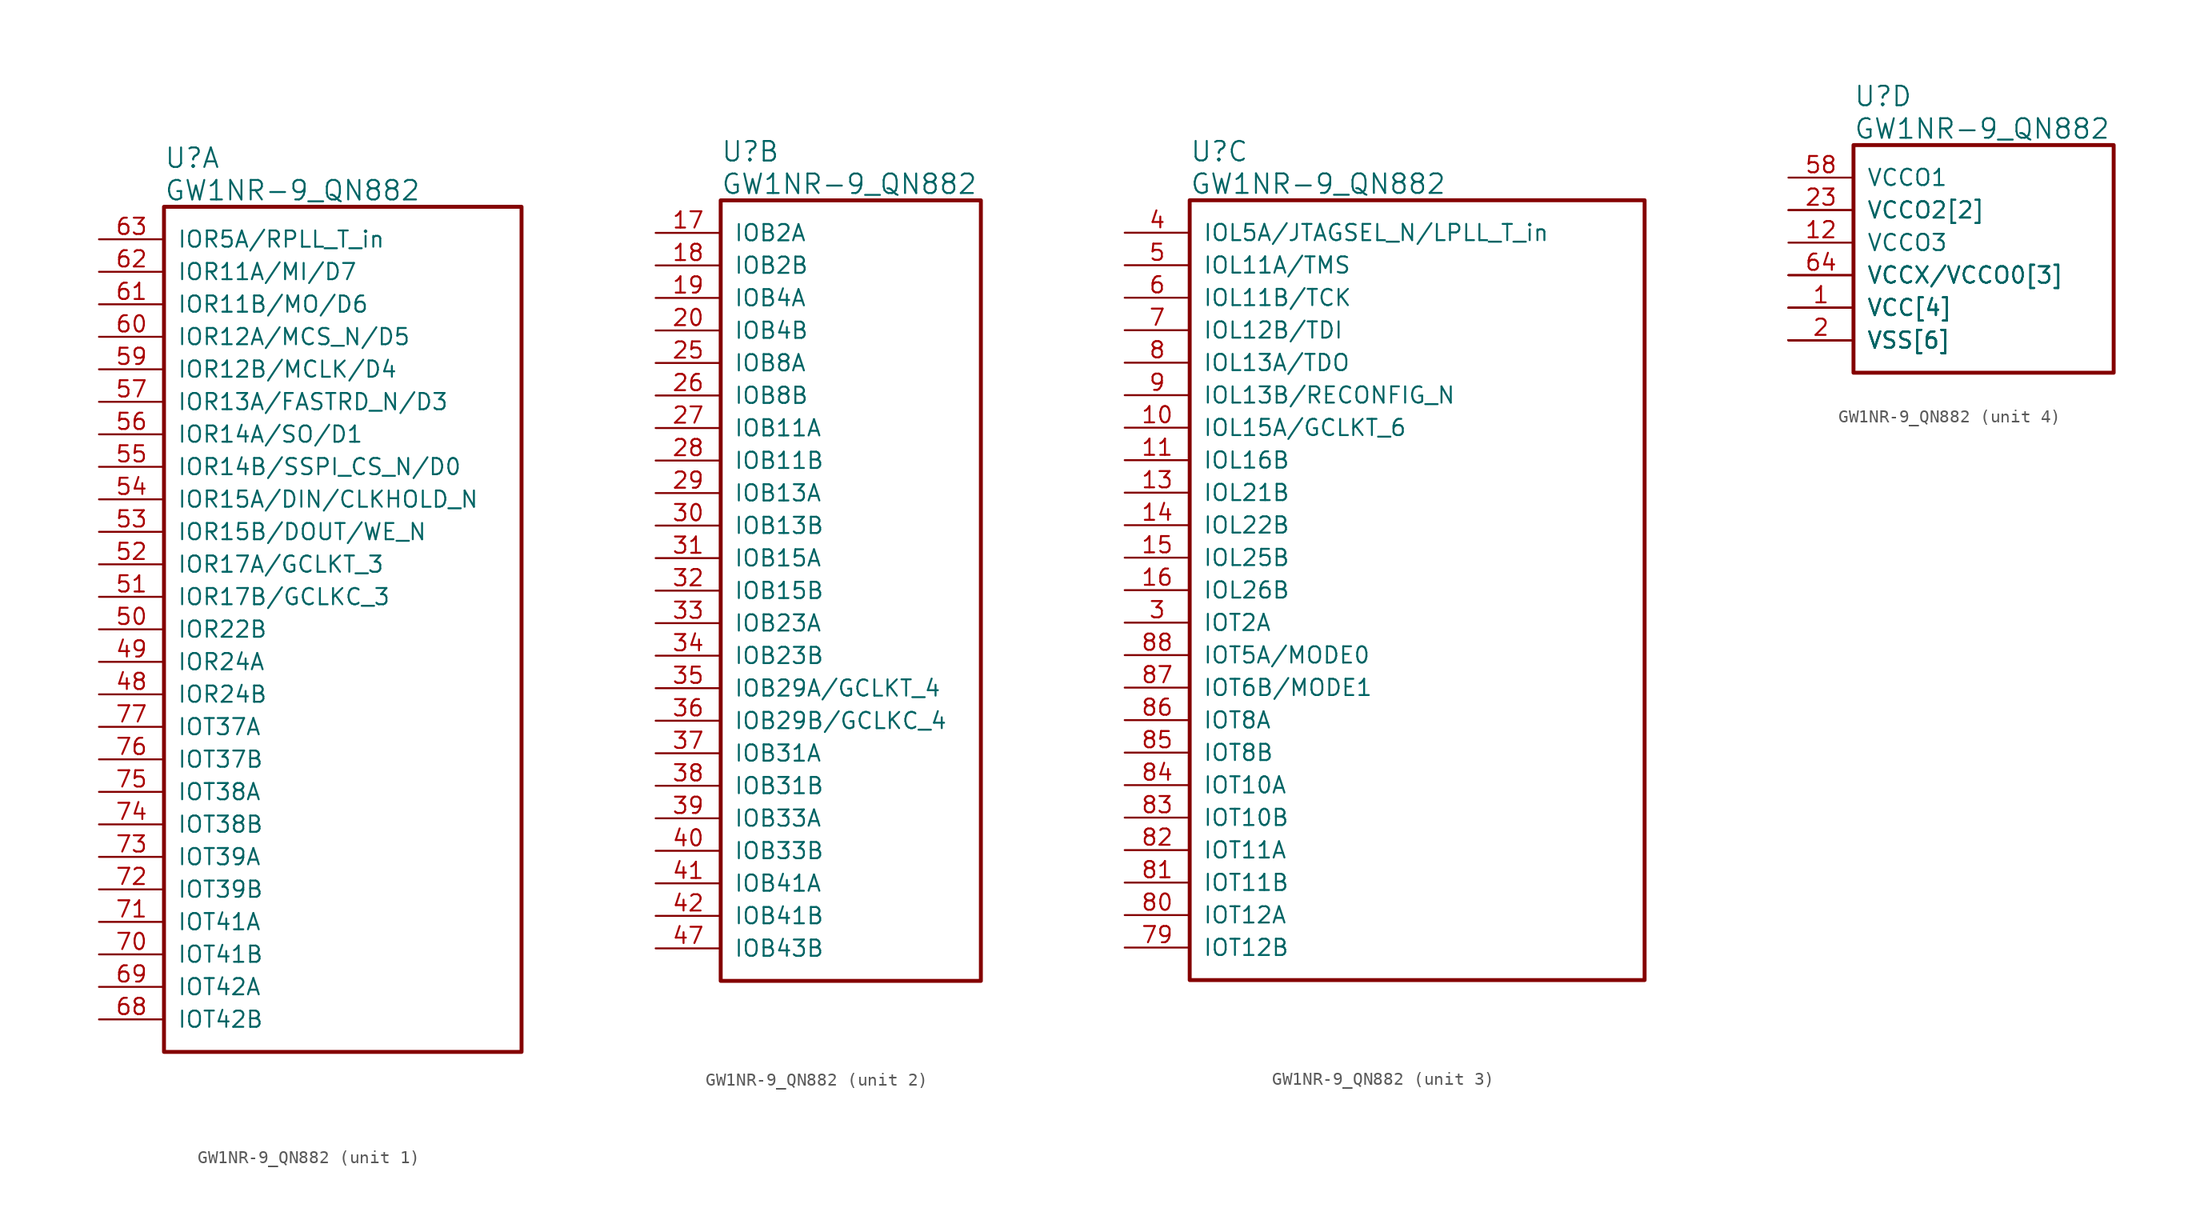
<source format=kicad_sym>
(kicad_symbol_lib
  (version 20211014)
  (generator kicad_symbol_editor)
  (symbol "GW1NR-9_QN882"
    (pin_names
      (offset 1.016))
    (property "Reference" "U"
      (at 5.08 6.35 0)
      (effects (font (size 1.524 1.524)) (justify left)))
    (property "Value" "GW1NR-9_QN882"
      (at 5.08 3.81 0)
      (effects (font (size 1.524 1.524)) (justify left)))
    (property "ki_locked" ""
      (at 0 0 0)
      (effects (font (size 1.27 1.27))))
    (symbol "GW1NR-9_QN882_1_1"
      (rectangle (start 5.08 2.54) (end 33.02 -63.5) (stroke (width 0.305) (type default) (color 0 0 0 0)) (fill (type none)))
      (pin bidirectional line (at 0 -35.56 0) (length 5.08) (name "IOR24B" (effects (font (size 1.27 1.27)))) (number "48" (effects (font (size 1.27 1.27)))))
      (pin bidirectional line (at 0 -33.02 0) (length 5.08) (name "IOR24A" (effects (font (size 1.27 1.27)))) (number "49" (effects (font (size 1.27 1.27)))))
      (pin bidirectional line (at 0 -30.48 0) (length 5.08) (name "IOR22B" (effects (font (size 1.27 1.27)))) (number "50" (effects (font (size 1.27 1.27)))))
      (pin bidirectional line (at 0 -27.94 0) (length 5.08) (name "IOR17B/GCLKC_3" (effects (font (size 1.27 1.27)))) (number "51" (effects (font (size 1.27 1.27)))))
      (pin bidirectional line (at 0 -25.4 0) (length 5.08) (name "IOR17A/GCLKT_3" (effects (font (size 1.27 1.27)))) (number "52" (effects (font (size 1.27 1.27)))))
      (pin bidirectional line (at 0 -22.86 0) (length 5.08) (name "IOR15B/DOUT/WE_N" (effects (font (size 1.27 1.27)))) (number "53" (effects (font (size 1.27 1.27)))))
      (pin bidirectional line (at 0 -20.32 0) (length 5.08) (name "IOR15A/DIN/CLKHOLD_N" (effects (font (size 1.27 1.27)))) (number "54" (effects (font (size 1.27 1.27)))))
      (pin bidirectional line (at 0 -17.78 0) (length 5.08) (name "IOR14B/SSPI_CS_N/D0" (effects (font (size 1.27 1.27)))) (number "55" (effects (font (size 1.27 1.27)))))
      (pin bidirectional line (at 0 -15.24 0) (length 5.08) (name "IOR14A/SO/D1" (effects (font (size 1.27 1.27)))) (number "56" (effects (font (size 1.27 1.27)))))
      (pin bidirectional line (at 0 -12.7 0) (length 5.08) (name "IOR13A/FASTRD_N/D3" (effects (font (size 1.27 1.27)))) (number "57" (effects (font (size 1.27 1.27)))))
      (pin bidirectional line (at 0 -10.16 0) (length 5.08) (name "IOR12B/MCLK/D4" (effects (font (size 1.27 1.27)))) (number "59" (effects (font (size 1.27 1.27)))))
      (pin bidirectional line (at 0 -7.62 0) (length 5.08) (name "IOR12A/MCS_N/D5" (effects (font (size 1.27 1.27)))) (number "60" (effects (font (size 1.27 1.27)))))
      (pin bidirectional line (at 0 -5.08 0) (length 5.08) (name "IOR11B/MO/D6" (effects (font (size 1.27 1.27)))) (number "61" (effects (font (size 1.27 1.27)))))
      (pin bidirectional line (at 0 -2.54 0) (length 5.08) (name "IOR11A/MI/D7" (effects (font (size 1.27 1.27)))) (number "62" (effects (font (size 1.27 1.27)))))
      (pin bidirectional line (at 0 0 0) (length 5.08) (name "IOR5A/RPLL_T_in" (effects (font (size 1.27 1.27)))) (number "63" (effects (font (size 1.27 1.27)))))
      (pin bidirectional line (at 0 -60.96 0) (length 5.08) (name "IOT42B" (effects (font (size 1.27 1.27)))) (number "68" (effects (font (size 1.27 1.27)))))
      (pin bidirectional line (at 0 -58.42 0) (length 5.08) (name "IOT42A" (effects (font (size 1.27 1.27)))) (number "69" (effects (font (size 1.27 1.27)))))
      (pin bidirectional line (at 0 -55.88 0) (length 5.08) (name "IOT41B" (effects (font (size 1.27 1.27)))) (number "70" (effects (font (size 1.27 1.27)))))
      (pin bidirectional line (at 0 -53.34 0) (length 5.08) (name "IOT41A" (effects (font (size 1.27 1.27)))) (number "71" (effects (font (size 1.27 1.27)))))
      (pin bidirectional line (at 0 -50.8 0) (length 5.08) (name "IOT39B" (effects (font (size 1.27 1.27)))) (number "72" (effects (font (size 1.27 1.27)))))
      (pin bidirectional line (at 0 -48.26 0) (length 5.08) (name "IOT39A" (effects (font (size 1.27 1.27)))) (number "73" (effects (font (size 1.27 1.27)))))
      (pin bidirectional line (at 0 -45.72 0) (length 5.08) (name "IOT38B" (effects (font (size 1.27 1.27)))) (number "74" (effects (font (size 1.27 1.27)))))
      (pin bidirectional line (at 0 -43.18 0) (length 5.08) (name "IOT38A" (effects (font (size 1.27 1.27)))) (number "75" (effects (font (size 1.27 1.27)))))
      (pin bidirectional line (at 0 -40.64 0) (length 5.08) (name "IOT37B" (effects (font (size 1.27 1.27)))) (number "76" (effects (font (size 1.27 1.27)))))
      (pin bidirectional line (at 0 -38.1 0) (length 5.08) (name "IOT37A" (effects (font (size 1.27 1.27)))) (number "77" (effects (font (size 1.27 1.27))))))
    (symbol "GW1NR-9_QN882_2_1"
      (rectangle (start 5.08 2.54) (end 25.4 -58.42) (stroke (width 0.305) (type default) (color 0 0 0 0)) (fill (type none)))
      (pin bidirectional line (at 0 0 0) (length 5.08) (name "IOB2A" (effects (font (size 1.27 1.27)))) (number "17" (effects (font (size 1.27 1.27)))))
      (pin bidirectional line (at 0 -2.54 0) (length 5.08) (name "IOB2B" (effects (font (size 1.27 1.27)))) (number "18" (effects (font (size 1.27 1.27)))))
      (pin bidirectional line (at 0 -5.08 0) (length 5.08) (name "IOB4A" (effects (font (size 1.27 1.27)))) (number "19" (effects (font (size 1.27 1.27)))))
      (pin bidirectional line (at 0 -7.62 0) (length 5.08) (name "IOB4B" (effects (font (size 1.27 1.27)))) (number "20" (effects (font (size 1.27 1.27)))))
      (pin bidirectional line (at 0 -10.16 0) (length 5.08) (name "IOB8A" (effects (font (size 1.27 1.27)))) (number "25" (effects (font (size 1.27 1.27)))))
      (pin bidirectional line (at 0 -12.7 0) (length 5.08) (name "IOB8B" (effects (font (size 1.27 1.27)))) (number "26" (effects (font (size 1.27 1.27)))))
      (pin bidirectional line (at 0 -15.24 0) (length 5.08) (name "IOB11A" (effects (font (size 1.27 1.27)))) (number "27" (effects (font (size 1.27 1.27)))))
      (pin bidirectional line (at 0 -17.78 0) (length 5.08) (name "IOB11B" (effects (font (size 1.27 1.27)))) (number "28" (effects (font (size 1.27 1.27)))))
      (pin bidirectional line (at 0 -20.32 0) (length 5.08) (name "IOB13A" (effects (font (size 1.27 1.27)))) (number "29" (effects (font (size 1.27 1.27)))))
      (pin bidirectional line (at 0 -22.86 0) (length 5.08) (name "IOB13B" (effects (font (size 1.27 1.27)))) (number "30" (effects (font (size 1.27 1.27)))))
      (pin bidirectional line (at 0 -25.4 0) (length 5.08) (name "IOB15A" (effects (font (size 1.27 1.27)))) (number "31" (effects (font (size 1.27 1.27)))))
      (pin bidirectional line (at 0 -27.94 0) (length 5.08) (name "IOB15B" (effects (font (size 1.27 1.27)))) (number "32" (effects (font (size 1.27 1.27)))))
      (pin bidirectional line (at 0 -30.48 0) (length 5.08) (name "IOB23A" (effects (font (size 1.27 1.27)))) (number "33" (effects (font (size 1.27 1.27)))))
      (pin bidirectional line (at 0 -33.02 0) (length 5.08) (name "IOB23B" (effects (font (size 1.27 1.27)))) (number "34" (effects (font (size 1.27 1.27)))))
      (pin bidirectional line (at 0 -35.56 0) (length 5.08) (name "IOB29A/GCLKT_4" (effects (font (size 1.27 1.27)))) (number "35" (effects (font (size 1.27 1.27)))))
      (pin bidirectional line (at 0 -38.1 0) (length 5.08) (name "IOB29B/GCLKC_4" (effects (font (size 1.27 1.27)))) (number "36" (effects (font (size 1.27 1.27)))))
      (pin bidirectional line (at 0 -40.64 0) (length 5.08) (name "IOB31A" (effects (font (size 1.27 1.27)))) (number "37" (effects (font (size 1.27 1.27)))))
      (pin bidirectional line (at 0 -43.18 0) (length 5.08) (name "IOB31B" (effects (font (size 1.27 1.27)))) (number "38" (effects (font (size 1.27 1.27)))))
      (pin bidirectional line (at 0 -45.72 0) (length 5.08) (name "IOB33A" (effects (font (size 1.27 1.27)))) (number "39" (effects (font (size 1.27 1.27)))))
      (pin bidirectional line (at 0 -48.26 0) (length 5.08) (name "IOB33B" (effects (font (size 1.27 1.27)))) (number "40" (effects (font (size 1.27 1.27)))))
      (pin bidirectional line (at 0 -50.8 0) (length 5.08) (name "IOB41A" (effects (font (size 1.27 1.27)))) (number "41" (effects (font (size 1.27 1.27)))))
      (pin bidirectional line (at 0 -53.34 0) (length 5.08) (name "IOB41B" (effects (font (size 1.27 1.27)))) (number "42" (effects (font (size 1.27 1.27)))))
      (pin bidirectional line (at 0 -55.88 0) (length 5.08) (name "IOB43B" (effects (font (size 1.27 1.27)))) (number "47" (effects (font (size 1.27 1.27))))))
    (symbol "GW1NR-9_QN882_3_1"
      (rectangle (start 5.08 2.54) (end 40.64 -58.42) (stroke (width 0.305) (type default) (color 0 0 0 0)) (fill (type none)))
      (pin bidirectional line (at 0 -15.24 0) (length 5.08) (name "IOL15A/GCLKT_6" (effects (font (size 1.27 1.27)))) (number "10" (effects (font (size 1.27 1.27)))))
      (pin bidirectional line (at 0 -17.78 0) (length 5.08) (name "IOL16B" (effects (font (size 1.27 1.27)))) (number "11" (effects (font (size 1.27 1.27)))))
      (pin bidirectional line (at 0 -20.32 0) (length 5.08) (name "IOL21B" (effects (font (size 1.27 1.27)))) (number "13" (effects (font (size 1.27 1.27)))))
      (pin bidirectional line (at 0 -22.86 0) (length 5.08) (name "IOL22B" (effects (font (size 1.27 1.27)))) (number "14" (effects (font (size 1.27 1.27)))))
      (pin bidirectional line (at 0 -25.4 0) (length 5.08) (name "IOL25B" (effects (font (size 1.27 1.27)))) (number "15" (effects (font (size 1.27 1.27)))))
      (pin bidirectional line (at 0 -27.94 0) (length 5.08) (name "IOL26B" (effects (font (size 1.27 1.27)))) (number "16" (effects (font (size 1.27 1.27)))))
      (pin bidirectional line (at 0 -30.48 0) (length 5.08) (name "IOT2A" (effects (font (size 1.27 1.27)))) (number "3" (effects (font (size 1.27 1.27)))))
      (pin bidirectional line (at 0 0 0) (length 5.08) (name "IOL5A/JTAGSEL_N/LPLL_T_in" (effects (font (size 1.27 1.27)))) (number "4" (effects (font (size 1.27 1.27)))))
      (pin bidirectional line (at 0 -2.54 0) (length 5.08) (name "IOL11A/TMS" (effects (font (size 1.27 1.27)))) (number "5" (effects (font (size 1.27 1.27)))))
      (pin bidirectional line (at 0 -5.08 0) (length 5.08) (name "IOL11B/TCK" (effects (font (size 1.27 1.27)))) (number "6" (effects (font (size 1.27 1.27)))))
      (pin bidirectional line (at 0 -7.62 0) (length 5.08) (name "IOL12B/TDI" (effects (font (size 1.27 1.27)))) (number "7" (effects (font (size 1.27 1.27)))))
      (pin bidirectional line (at 0 -55.88 0) (length 5.08) (name "IOT12B" (effects (font (size 1.27 1.27)))) (number "79" (effects (font (size 1.27 1.27)))))
      (pin bidirectional line (at 0 -10.16 0) (length 5.08) (name "IOL13A/TDO" (effects (font (size 1.27 1.27)))) (number "8" (effects (font (size 1.27 1.27)))))
      (pin bidirectional line (at 0 -53.34 0) (length 5.08) (name "IOT12A" (effects (font (size 1.27 1.27)))) (number "80" (effects (font (size 1.27 1.27)))))
      (pin bidirectional line (at 0 -50.8 0) (length 5.08) (name "IOT11B" (effects (font (size 1.27 1.27)))) (number "81" (effects (font (size 1.27 1.27)))))
      (pin bidirectional line (at 0 -48.26 0) (length 5.08) (name "IOT11A" (effects (font (size 1.27 1.27)))) (number "82" (effects (font (size 1.27 1.27)))))
      (pin bidirectional line (at 0 -45.72 0) (length 5.08) (name "IOT10B" (effects (font (size 1.27 1.27)))) (number "83" (effects (font (size 1.27 1.27)))))
      (pin bidirectional line (at 0 -43.18 0) (length 5.08) (name "IOT10A" (effects (font (size 1.27 1.27)))) (number "84" (effects (font (size 1.27 1.27)))))
      (pin bidirectional line (at 0 -40.64 0) (length 5.08) (name "IOT8B" (effects (font (size 1.27 1.27)))) (number "85" (effects (font (size 1.27 1.27)))))
      (pin bidirectional line (at 0 -38.1 0) (length 5.08) (name "IOT8A" (effects (font (size 1.27 1.27)))) (number "86" (effects (font (size 1.27 1.27)))))
      (pin bidirectional line (at 0 -35.56 0) (length 5.08) (name "IOT6B/MODE1" (effects (font (size 1.27 1.27)))) (number "87" (effects (font (size 1.27 1.27)))))
      (pin bidirectional line (at 0 -33.02 0) (length 5.08) (name "IOT5A/MODE0" (effects (font (size 1.27 1.27)))) (number "88" (effects (font (size 1.27 1.27)))))
      (pin bidirectional line (at 0 -12.7 0) (length 5.08) (name "IOL13B/RECONFIG_N" (effects (font (size 1.27 1.27)))) (number "9" (effects (font (size 1.27 1.27))))))
    (symbol "GW1NR-9_QN882_4_1"
      (rectangle (start 5.08 2.54) (end 25.4 -15.24) (stroke (width 0.305) (type default) (color 0 0 0 0)) (fill (type none)))
      (pin power_in line (at 0 -10.16 0) (length 5.08) (name "VCC[4]" (effects (font (size 1.27 1.27)))) (number "1" (effects (font (size 1.27 1.27)))))
      (pin power_in line (at 0 -5.08 0) (length 5.08) (name "VCCO3" (effects (font (size 1.27 1.27)))) (number "12" (effects (font (size 1.27 1.27)))))
      (pin power_in line (at 0 -12.7 0) (length 5.08) (name "VSS[6]" (effects (font (size 1.27 1.27)))) (number "2" (effects (font (size 1.27 1.27)))))
      (pin power_in line (at 0 -12.7 0) (length 5.08) (name "VSS[6]" (effects (font (size 1.27 1.27)))) (number "21" (effects (font (size 0 0)))))
      (pin power_in line (at 0 -10.16 0) (length 5.08) (name "VCC[4]" (effects (font (size 1.27 1.27)))) (number "22" (effects (font (size 0 0)))))
      (pin power_in line (at 0 -2.54 0) (length 5.08) (name "VCCO2[2]" (effects (font (size 1.27 1.27)))) (number "23" (effects (font (size 1.27 1.27)))))
      (pin power_in line (at 0 -12.7 0) (length 5.08) (name "VSS[6]" (effects (font (size 1.27 1.27)))) (number "24" (effects (font (size 0 0)))))
      (pin power_in line (at 0 -12.7 0) (length 5.08) (name "VSS[6]" (effects (font (size 1.27 1.27)))) (number "43" (effects (font (size 0 0)))))
      (pin power_in line (at 0 -2.54 0) (length 5.08) (name "VCCO2[2]" (effects (font (size 1.27 1.27)))) (number "44" (effects (font (size 0 0)))))
      (pin power_in line (at 0 -10.16 0) (length 5.08) (name "VCC[4]" (effects (font (size 1.27 1.27)))) (number "45" (effects (font (size 0 0)))))
      (pin power_in line (at 0 -12.7 0) (length 5.08) (name "VSS[6]" (effects (font (size 1.27 1.27)))) (number "46" (effects (font (size 0 0)))))
      (pin power_in line (at 0 0 0) (length 5.08) (name "VCCO1" (effects (font (size 1.27 1.27)))) (number "58" (effects (font (size 1.27 1.27)))))
      (pin power_in line (at 0 -7.62 0) (length 5.08) (name "VCCX/VCCO0[3]" (effects (font (size 1.27 1.27)))) (number "64" (effects (font (size 1.27 1.27)))))
      (pin power_in line (at 0 -12.7 0) (length 5.08) (name "VSS[6]" (effects (font (size 1.27 1.27)))) (number "65" (effects (font (size 0 0)))))
      (pin power_in line (at 0 -10.16 0) (length 5.08) (name "VCC[4]" (effects (font (size 1.27 1.27)))) (number "66" (effects (font (size 0 0)))))
      (pin power_in line (at 0 -7.62 0) (length 5.08) (name "VCCX/VCCO0[3]" (effects (font (size 1.27 1.27)))) (number "67" (effects (font (size 0 0)))))
      (pin power_in line (at 0 -7.62 0) (length 5.08) (name "VCCX/VCCO0[3]" (effects (font (size 1.27 1.27)))) (number "78" (effects (font (size 0 0))))))))
</source>
